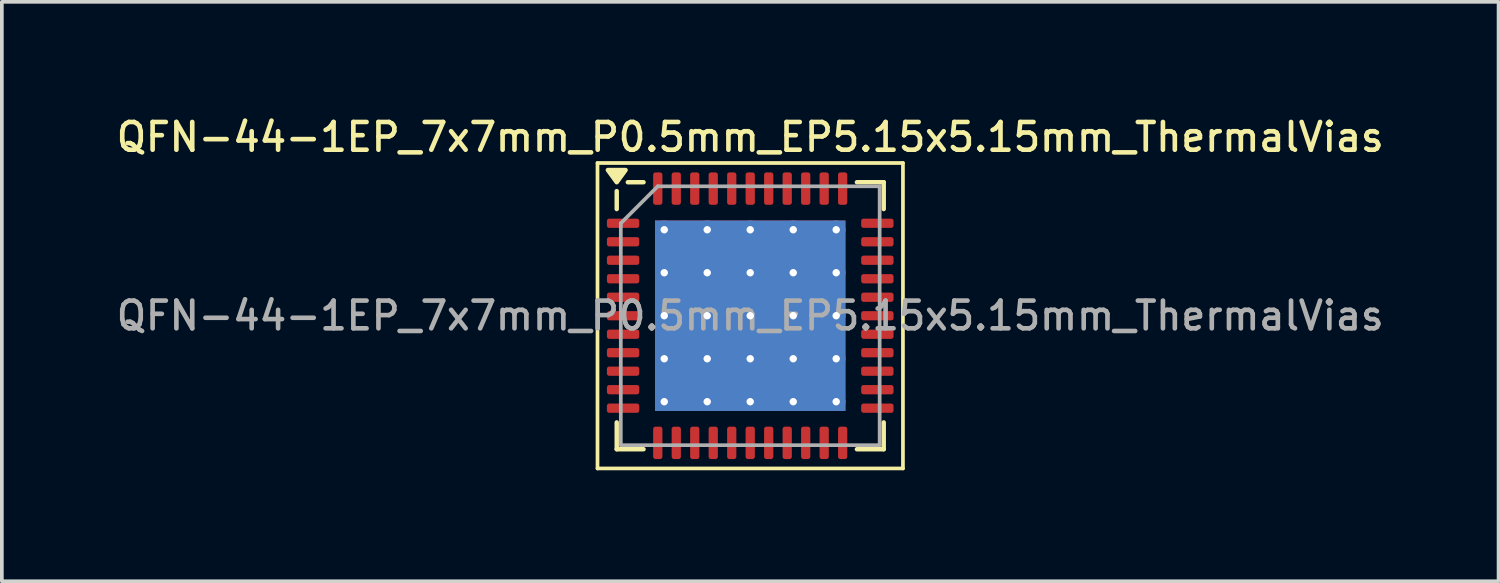
<source format=kicad_pcb>
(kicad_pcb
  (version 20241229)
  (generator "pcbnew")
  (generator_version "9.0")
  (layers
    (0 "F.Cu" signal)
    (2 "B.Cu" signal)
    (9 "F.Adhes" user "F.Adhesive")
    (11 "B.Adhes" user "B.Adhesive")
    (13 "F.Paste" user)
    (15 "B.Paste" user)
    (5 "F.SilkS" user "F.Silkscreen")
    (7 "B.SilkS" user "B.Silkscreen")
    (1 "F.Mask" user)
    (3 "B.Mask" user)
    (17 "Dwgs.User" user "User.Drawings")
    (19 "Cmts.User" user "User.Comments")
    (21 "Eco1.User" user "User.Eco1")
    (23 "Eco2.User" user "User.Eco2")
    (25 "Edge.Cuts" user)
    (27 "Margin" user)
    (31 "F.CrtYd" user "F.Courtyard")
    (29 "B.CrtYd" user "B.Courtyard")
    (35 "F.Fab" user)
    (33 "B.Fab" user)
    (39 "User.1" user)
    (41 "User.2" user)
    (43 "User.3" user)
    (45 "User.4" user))
  (footprint "QFN-44-1EP_7x7mm_P0.5mm_EP5.15x5.15mm_ThermalVias"
    (layer "F.Cu")
    (at 17.238 5.488)
    (property "Reference" "QFN-44-1EP_7x7mm_P0.5mm_EP5.15x5.15mm_ThermalVias" (at 0 -4.83 0) (layer "F.SilkS") (effects (font (size 0.75 0.75) (thickness 0.125))))
    (attr smd)
    (fp_line (start -4.13 -4.13) (end -4.13 4.13) (stroke (width 0.1) (type solid)) (layer "F.SilkS"))
    (fp_line (start -4.13 4.13) (end 4.13 4.13) (stroke (width 0.1) (type solid)) (layer "F.SilkS"))
    (fp_line (start -3.61 -2.885) (end -3.61 -3.37) (stroke (width 0.12) (type solid)) (layer "F.SilkS"))
    (fp_line (start -3.61 3.61) (end -3.61 2.885) (stroke (width 0.12) (type solid)) (layer "F.SilkS"))
    (fp_line (start -2.885 -3.61) (end -3.31 -3.61) (stroke (width 0.12) (type solid)) (layer "F.SilkS"))
    (fp_line (start -2.885 3.61) (end -3.61 3.61) (stroke (width 0.12) (type solid)) (layer "F.SilkS"))
    (fp_line (start 2.885 -3.61) (end 3.61 -3.61) (stroke (width 0.12) (type solid)) (layer "F.SilkS"))
    (fp_line (start 2.885 3.61) (end 3.61 3.61) (stroke (width 0.12) (type solid)) (layer "F.SilkS"))
    (fp_line (start 3.61 -3.61) (end 3.61 -2.885) (stroke (width 0.12) (type solid)) (layer "F.SilkS"))
    (fp_line (start 3.61 3.61) (end 3.61 2.885) (stroke (width 0.12) (type solid)) (layer "F.SilkS"))
    (fp_line (start 4.13 -4.13) (end -4.13 -4.13) (stroke (width 0.1) (type solid)) (layer "F.SilkS"))
    (fp_line (start 4.13 4.13) (end 4.13 -4.13) (stroke (width 0.1) (type solid)) (layer "F.SilkS"))
    (fp_poly (pts (xy -3.61 -3.61) (xy -3.85 -3.94) (xy -3.37 -3.94) (xy -3.61 -3.61)) (stroke (width 0.12) (type solid)) (fill yes) (layer "F.SilkS"))
    (fp_line (start -3.5 -2.5) (end -2.5 -3.5) (stroke (width 0.1) (type solid)) (layer "F.Fab"))
    (fp_line (start -3.5 3.5) (end -3.5 -2.5) (stroke (width 0.1) (type solid)) (layer "F.Fab"))
    (fp_line (start -2.5 -3.5) (end 3.5 -3.5) (stroke (width 0.1) (type solid)) (layer "F.Fab"))
    (fp_line (start 3.5 -3.5) (end 3.5 3.5) (stroke (width 0.1) (type solid)) (layer "F.Fab"))
    (fp_line (start 3.5 3.5) (end -3.5 3.5) (stroke (width 0.1) (type solid)) (layer "F.Fab"))
    (fp_text user "${REFERENCE}" (at 0 0 0) (layer "F.Fab") (effects (font (size 0.75 0.75) (thickness 0.125))))
    (pad "" smd roundrect (at -1.744 -1.744) (size 0.997 0.997) (layers "F.Paste") (roundrect_rratio 0.25))
    (pad "" smd roundrect (at -1.744 -0.581) (size 0.997 0.997) (layers "F.Paste") (roundrect_rratio 0.25))
    (pad "" smd roundrect (at -1.744 0.581) (size 0.997 0.997) (layers "F.Paste") (roundrect_rratio 0.25))
    (pad "" smd roundrect (at -1.744 1.744) (size 0.997 0.997) (layers "F.Paste") (roundrect_rratio 0.25))
    (pad "" smd roundrect (at -0.581 -1.744) (size 0.997 0.997) (layers "F.Paste") (roundrect_rratio 0.25))
    (pad "" smd roundrect (at -0.581 -0.581) (size 0.997 0.997) (layers "F.Paste") (roundrect_rratio 0.25))
    (pad "" smd roundrect (at -0.581 0.581) (size 0.997 0.997) (layers "F.Paste") (roundrect_rratio 0.25))
    (pad "" smd roundrect (at -0.581 1.744) (size 0.997 0.997) (layers "F.Paste") (roundrect_rratio 0.25))
    (pad "" smd roundrect (at 0.581 -1.744) (size 0.997 0.997) (layers "F.Paste") (roundrect_rratio 0.25))
    (pad "" smd roundrect (at 0.581 -0.581) (size 0.997 0.997) (layers "F.Paste") (roundrect_rratio 0.25))
    (pad "" smd roundrect (at 0.581 0.581) (size 0.997 0.997) (layers "F.Paste") (roundrect_rratio 0.25))
    (pad "" smd roundrect (at 0.581 1.744) (size 0.997 0.997) (layers "F.Paste") (roundrect_rratio 0.25))
    (pad "" smd roundrect (at 1.744 -1.744) (size 0.997 0.997) (layers "F.Paste") (roundrect_rratio 0.25))
    (pad "" smd roundrect (at 1.744 -0.581) (size 0.997 0.997) (layers "F.Paste") (roundrect_rratio 0.25))
    (pad "" smd roundrect (at 1.744 0.581) (size 0.997 0.997) (layers "F.Paste") (roundrect_rratio 0.25))
    (pad "" smd roundrect (at 1.744 1.744) (size 0.997 0.997) (layers "F.Paste") (roundrect_rratio 0.25))
    (pad "1" smd roundrect (at -3.438 -2.5) (size 0.875 0.25) (layers "F.Cu" "F.Mask" "F.Paste") (roundrect_rratio 0.25))
    (pad "2" smd roundrect (at -3.438 -2) (size 0.875 0.25) (layers "F.Cu" "F.Mask" "F.Paste") (roundrect_rratio 0.25))
    (pad "3" smd roundrect (at -3.438 -1.5) (size 0.875 0.25) (layers "F.Cu" "F.Mask" "F.Paste") (roundrect_rratio 0.25))
    (pad "4" smd roundrect (at -3.438 -1) (size 0.875 0.25) (layers "F.Cu" "F.Mask" "F.Paste") (roundrect_rratio 0.25))
    (pad "5" smd roundrect (at -3.438 -0.5) (size 0.875 0.25) (layers "F.Cu" "F.Mask" "F.Paste") (roundrect_rratio 0.25))
    (pad "6" smd roundrect (at -3.438 0) (size 0.875 0.25) (layers "F.Cu" "F.Mask" "F.Paste") (roundrect_rratio 0.25))
    (pad "7" smd roundrect (at -3.438 0.5) (size 0.875 0.25) (layers "F.Cu" "F.Mask" "F.Paste") (roundrect_rratio 0.25))
    (pad "8" smd roundrect (at -3.438 1) (size 0.875 0.25) (layers "F.Cu" "F.Mask" "F.Paste") (roundrect_rratio 0.25))
    (pad "9" smd roundrect (at -3.438 1.5) (size 0.875 0.25) (layers "F.Cu" "F.Mask" "F.Paste") (roundrect_rratio 0.25))
    (pad "10" smd roundrect (at -3.438 2) (size 0.875 0.25) (layers "F.Cu" "F.Mask" "F.Paste") (roundrect_rratio 0.25))
    (pad "11" smd roundrect (at -3.438 2.5) (size 0.875 0.25) (layers "F.Cu" "F.Mask" "F.Paste") (roundrect_rratio 0.25))
    (pad "12" smd roundrect (at -2.5 3.438) (size 0.25 0.875) (layers "F.Cu" "F.Mask" "F.Paste") (roundrect_rratio 0.25))
    (pad "13" smd roundrect (at -2 3.438) (size 0.25 0.875) (layers "F.Cu" "F.Mask" "F.Paste") (roundrect_rratio 0.25))
    (pad "14" smd roundrect (at -1.5 3.438) (size 0.25 0.875) (layers "F.Cu" "F.Mask" "F.Paste") (roundrect_rratio 0.25))
    (pad "15" smd roundrect (at -1 3.438) (size 0.25 0.875) (layers "F.Cu" "F.Mask" "F.Paste") (roundrect_rratio 0.25))
    (pad "16" smd roundrect (at -0.5 3.438) (size 0.25 0.875) (layers "F.Cu" "F.Mask" "F.Paste") (roundrect_rratio 0.25))
    (pad "17" smd roundrect (at 0 3.438) (size 0.25 0.875) (layers "F.Cu" "F.Mask" "F.Paste") (roundrect_rratio 0.25))
    (pad "18" smd roundrect (at 0.5 3.438) (size 0.25 0.875) (layers "F.Cu" "F.Mask" "F.Paste") (roundrect_rratio 0.25))
    (pad "19" smd roundrect (at 1 3.438) (size 0.25 0.875) (layers "F.Cu" "F.Mask" "F.Paste") (roundrect_rratio 0.25))
    (pad "20" smd roundrect (at 1.5 3.438) (size 0.25 0.875) (layers "F.Cu" "F.Mask" "F.Paste") (roundrect_rratio 0.25))
    (pad "21" smd roundrect (at 2 3.438) (size 0.25 0.875) (layers "F.Cu" "F.Mask" "F.Paste") (roundrect_rratio 0.25))
    (pad "22" smd roundrect (at 2.5 3.438) (size 0.25 0.875) (layers "F.Cu" "F.Mask" "F.Paste") (roundrect_rratio 0.25))
    (pad "23" smd roundrect (at 3.438 2.5) (size 0.875 0.25) (layers "F.Cu" "F.Mask" "F.Paste") (roundrect_rratio 0.25))
    (pad "24" smd roundrect (at 3.438 2) (size 0.875 0.25) (layers "F.Cu" "F.Mask" "F.Paste") (roundrect_rratio 0.25))
    (pad "25" smd roundrect (at 3.438 1.5) (size 0.875 0.25) (layers "F.Cu" "F.Mask" "F.Paste") (roundrect_rratio 0.25))
    (pad "26" smd roundrect (at 3.438 1) (size 0.875 0.25) (layers "F.Cu" "F.Mask" "F.Paste") (roundrect_rratio 0.25))
    (pad "27" smd roundrect (at 3.438 0.5) (size 0.875 0.25) (layers "F.Cu" "F.Mask" "F.Paste") (roundrect_rratio 0.25))
    (pad "28" smd roundrect (at 3.438 0) (size 0.875 0.25) (layers "F.Cu" "F.Mask" "F.Paste") (roundrect_rratio 0.25))
    (pad "29" smd roundrect (at 3.438 -0.5) (size 0.875 0.25) (layers "F.Cu" "F.Mask" "F.Paste") (roundrect_rratio 0.25))
    (pad "30" smd roundrect (at 3.438 -1) (size 0.875 0.25) (layers "F.Cu" "F.Mask" "F.Paste") (roundrect_rratio 0.25))
    (pad "31" smd roundrect (at 3.438 -1.5) (size 0.875 0.25) (layers "F.Cu" "F.Mask" "F.Paste") (roundrect_rratio 0.25))
    (pad "32" smd roundrect (at 3.438 -2) (size 0.875 0.25) (layers "F.Cu" "F.Mask" "F.Paste") (roundrect_rratio 0.25))
    (pad "33" smd roundrect (at 3.438 -2.5) (size 0.875 0.25) (layers "F.Cu" "F.Mask" "F.Paste") (roundrect_rratio 0.25))
    (pad "34" smd roundrect (at 2.5 -3.438) (size 0.25 0.875) (layers "F.Cu" "F.Mask" "F.Paste") (roundrect_rratio 0.25))
    (pad "35" smd roundrect (at 2 -3.438) (size 0.25 0.875) (layers "F.Cu" "F.Mask" "F.Paste") (roundrect_rratio 0.25))
    (pad "36" smd roundrect (at 1.5 -3.438) (size 0.25 0.875) (layers "F.Cu" "F.Mask" "F.Paste") (roundrect_rratio 0.25))
    (pad "37" smd roundrect (at 1 -3.438) (size 0.25 0.875) (layers "F.Cu" "F.Mask" "F.Paste") (roundrect_rratio 0.25))
    (pad "38" smd roundrect (at 0.5 -3.438) (size 0.25 0.875) (layers "F.Cu" "F.Mask" "F.Paste") (roundrect_rratio 0.25))
    (pad "39" smd roundrect (at 0 -3.438) (size 0.25 0.875) (layers "F.Cu" "F.Mask" "F.Paste") (roundrect_rratio 0.25))
    (pad "40" smd roundrect (at -0.5 -3.438) (size 0.25 0.875) (layers "F.Cu" "F.Mask" "F.Paste") (roundrect_rratio 0.25))
    (pad "41" smd roundrect (at -1 -3.438) (size 0.25 0.875) (layers "F.Cu" "F.Mask" "F.Paste") (roundrect_rratio 0.25))
    (pad "42" smd roundrect (at -1.5 -3.438) (size 0.25 0.875) (layers "F.Cu" "F.Mask" "F.Paste") (roundrect_rratio 0.25))
    (pad "43" smd roundrect (at -2 -3.438) (size 0.25 0.875) (layers "F.Cu" "F.Mask" "F.Paste") (roundrect_rratio 0.25))
    (pad "44" smd roundrect (at -2.5 -3.438) (size 0.25 0.875) (layers "F.Cu" "F.Mask" "F.Paste") (roundrect_rratio 0.25))
    (pad "45" thru_hole circle (at -2.325 -2.325) (size 0.5 0.5) (drill 0.2) (property pad_prop_heatsink) (layers "*.Cu"))
    (pad "45" thru_hole circle (at -2.325 -1.163) (size 0.5 0.5) (drill 0.2) (property pad_prop_heatsink) (layers "*.Cu"))
    (pad "45" thru_hole circle (at -2.325 0) (size 0.5 0.5) (drill 0.2) (property pad_prop_heatsink) (layers "*.Cu"))
    (pad "45" thru_hole circle (at -2.325 1.163) (size 0.5 0.5) (drill 0.2) (property pad_prop_heatsink) (layers "*.Cu"))
    (pad "45" thru_hole circle (at -2.325 2.325) (size 0.5 0.5) (drill 0.2) (property pad_prop_heatsink) (layers "*.Cu"))
    (pad "45" thru_hole circle (at -1.163 -2.325) (size 0.5 0.5) (drill 0.2) (property pad_prop_heatsink) (layers "*.Cu"))
    (pad "45" thru_hole circle (at -1.163 -1.163) (size 0.5 0.5) (drill 0.2) (property pad_prop_heatsink) (layers "*.Cu"))
    (pad "45" thru_hole circle (at -1.163 0) (size 0.5 0.5) (drill 0.2) (property pad_prop_heatsink) (layers "*.Cu"))
    (pad "45" thru_hole circle (at -1.163 1.163) (size 0.5 0.5) (drill 0.2) (property pad_prop_heatsink) (layers "*.Cu"))
    (pad "45" thru_hole circle (at -1.163 2.325) (size 0.5 0.5) (drill 0.2) (property pad_prop_heatsink) (layers "*.Cu"))
    (pad "45" thru_hole circle (at 0 -2.325) (size 0.5 0.5) (drill 0.2) (property pad_prop_heatsink) (layers "*.Cu"))
    (pad "45" thru_hole circle (at 0 -1.163) (size 0.5 0.5) (drill 0.2) (property pad_prop_heatsink) (layers "*.Cu"))
    (pad "45" thru_hole circle (at 0 0) (size 0.5 0.5) (drill 0.2) (property pad_prop_heatsink) (layers "*.Cu"))
    (pad "45" smd rect (at 0 0) (size 5.15 5.15) (property pad_prop_heatsink) (layers "F.Cu" "F.Mask"))
    (pad "45" smd rect (at 0 0) (size 5.15 5.15) (property pad_prop_heatsink) (layers "B.Cu"))
    (pad "45" thru_hole circle (at 0 1.163) (size 0.5 0.5) (drill 0.2) (property pad_prop_heatsink) (layers "*.Cu"))
    (pad "45" thru_hole circle (at 0 2.325) (size 0.5 0.5) (drill 0.2) (property pad_prop_heatsink) (layers "*.Cu"))
    (pad "45" thru_hole circle (at 1.163 -2.325) (size 0.5 0.5) (drill 0.2) (property pad_prop_heatsink) (layers "*.Cu"))
    (pad "45" thru_hole circle (at 1.163 -1.163) (size 0.5 0.5) (drill 0.2) (property pad_prop_heatsink) (layers "*.Cu"))
    (pad "45" thru_hole circle (at 1.163 0) (size 0.5 0.5) (drill 0.2) (property pad_prop_heatsink) (layers "*.Cu"))
    (pad "45" thru_hole circle (at 1.163 1.163) (size 0.5 0.5) (drill 0.2) (property pad_prop_heatsink) (layers "*.Cu"))
    (pad "45" thru_hole circle (at 1.163 2.325) (size 0.5 0.5) (drill 0.2) (property pad_prop_heatsink) (layers "*.Cu"))
    (pad "45" thru_hole circle (at 2.325 -2.325) (size 0.5 0.5) (drill 0.2) (property pad_prop_heatsink) (layers "*.Cu"))
    (pad "45" thru_hole circle (at 2.325 -1.163) (size 0.5 0.5) (drill 0.2) (property pad_prop_heatsink) (layers "*.Cu"))
    (pad "45" thru_hole circle (at 2.325 0) (size 0.5 0.5) (drill 0.2) (property pad_prop_heatsink) (layers "*.Cu"))
    (pad "45" thru_hole circle (at 2.325 1.163) (size 0.5 0.5) (drill 0.2) (property pad_prop_heatsink) (layers "*.Cu"))
    (pad "45" thru_hole circle (at 2.325 2.325) (size 0.5 0.5) (drill 0.2) (property pad_prop_heatsink) (layers "*.Cu")))
  (gr_rect
    (start -3 -3)
    (end 37.475 12.668)
    (stroke (width 0.1) (type default))
    (fill no)
    (layer "Edge.Cuts")))
</source>
